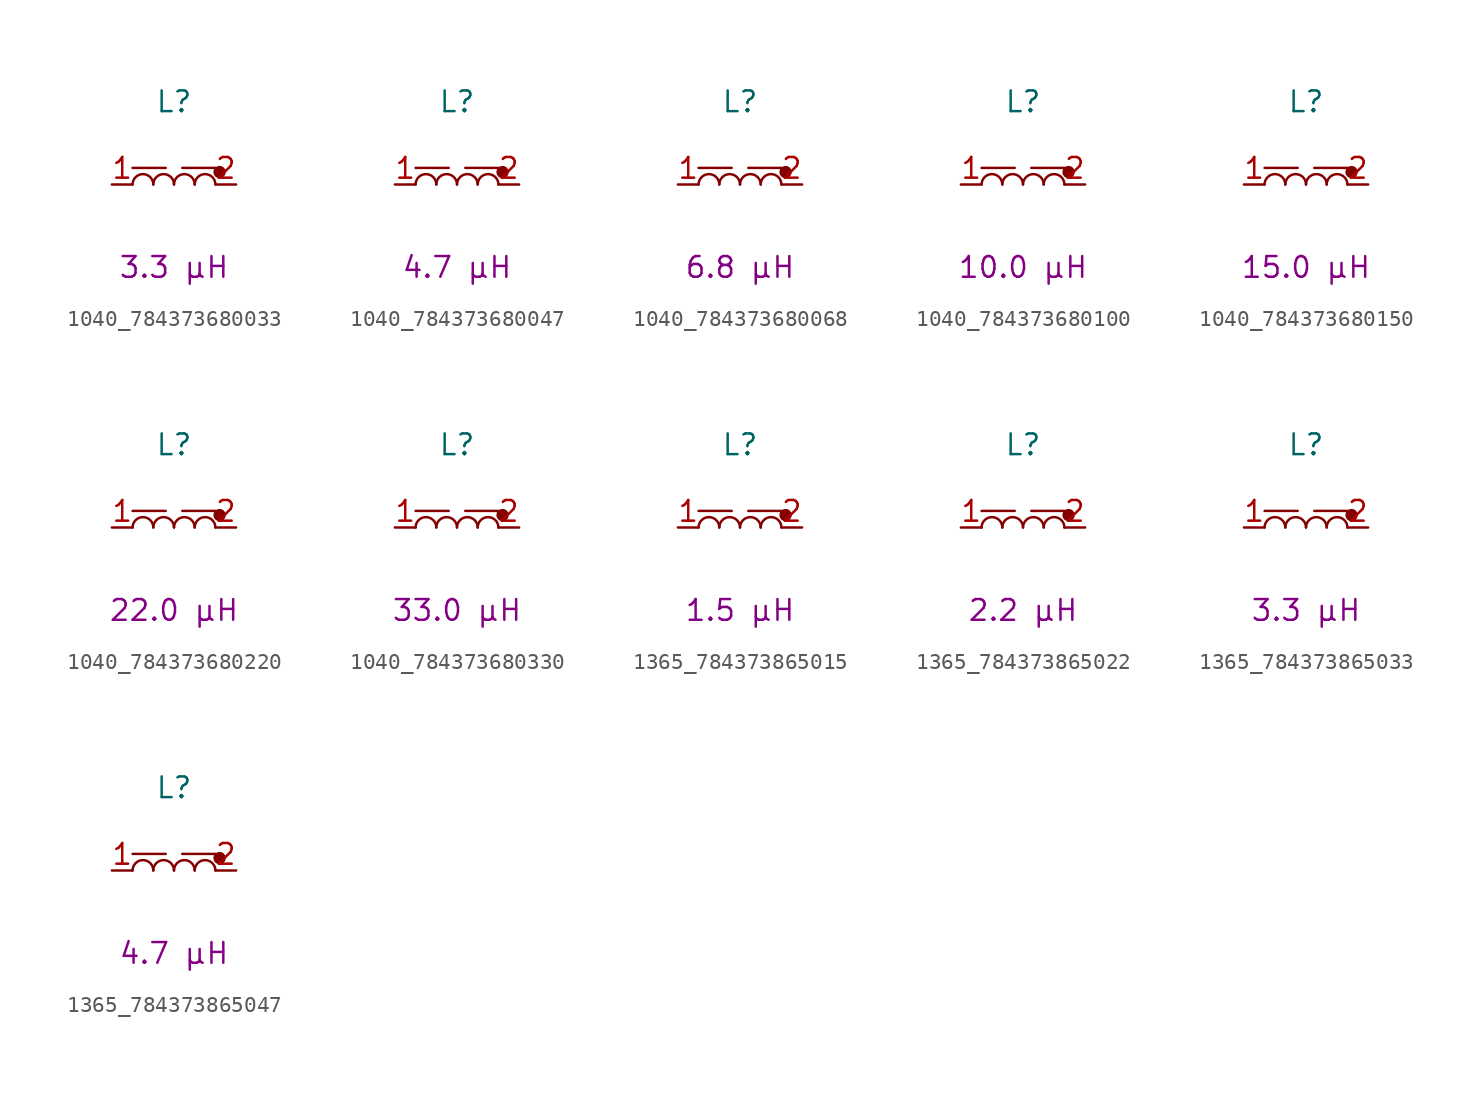
<source format=kicad_sym>
(kicad_symbol_lib
  (version 20220914)
  (generator kicad_symbol_editor)
  (symbol "1040_784373680033"
    (pin_names hide)
    (property "Reference" "L"
      (at 0 5.08 0)
      (effects (font (size 1.27 1.27))))
    (property "Critical Parameter" "3.3 µH"
      (at 0 -5.08 0)
      (effects (font (size 1.27 1.27))))
    (symbol "1040_784373680033_0_1"
      (arc (start -1.27 0) (mid -1.905 0.6323) (end -2.54 0) (stroke (width 0) (type default)) (fill (type none)))
      (arc (start 0 0) (mid -0.635 0.6323) (end -1.27 0) (stroke (width 0) (type default)) (fill (type none)))
      (polyline (pts (xy -2.54 1.016) (xy -0.508 1.016)) (stroke (width 0) (type default)) (fill (type none)))
      (arc (start 1.27 0) (mid 0.635 0.6323) (end 0 0) (stroke (width 0) (type default)) (fill (type none)))
      (arc (start 2.54 0) (mid 1.905 0.6323) (end 1.27 0) (stroke (width 0) (type default)) (fill (type none))))
    (symbol "1040_784373680033_1_1"
      (polyline (pts (xy 2.54 1.016) (xy 0.508 1.016)) (stroke (width 0) (type default)) (fill (type none)))
      (circle (center 2.794 0.762) (radius 0.0001) (stroke (width 0.381) (type default)) (fill (type none)))
      (pin passive line (at -3.81 0 0) (length 1.27) (name "1" (effects (font (size 1.27 1.27)))) (number "1" (effects (font (size 1.27 1.27)))))
      (pin passive line (at 3.81 0 180) (length 1.27) (name "2" (effects (font (size 1.27 1.27)))) (number "2" (effects (font (size 1.27 1.27)))))))
  (symbol "1040_784373680047"
    (pin_names hide)
    (property "Reference" "L"
      (at 0 5.08 0)
      (effects (font (size 1.27 1.27))))
    (property "Critical Parameter" "4.7 µH"
      (at 0 -5.08 0)
      (effects (font (size 1.27 1.27))))
    (symbol "1040_784373680047_0_1"
      (arc (start -1.27 0) (mid -1.905 0.6323) (end -2.54 0) (stroke (width 0) (type default)) (fill (type none)))
      (arc (start 0 0) (mid -0.635 0.6323) (end -1.27 0) (stroke (width 0) (type default)) (fill (type none)))
      (polyline (pts (xy -2.54 1.016) (xy -0.508 1.016)) (stroke (width 0) (type default)) (fill (type none)))
      (arc (start 1.27 0) (mid 0.635 0.6323) (end 0 0) (stroke (width 0) (type default)) (fill (type none)))
      (arc (start 2.54 0) (mid 1.905 0.6323) (end 1.27 0) (stroke (width 0) (type default)) (fill (type none))))
    (symbol "1040_784373680047_1_1"
      (polyline (pts (xy 2.54 1.016) (xy 0.508 1.016)) (stroke (width 0) (type default)) (fill (type none)))
      (circle (center 2.794 0.762) (radius 0.0001) (stroke (width 0.381) (type default)) (fill (type none)))
      (pin passive line (at -3.81 0 0) (length 1.27) (name "1" (effects (font (size 1.27 1.27)))) (number "1" (effects (font (size 1.27 1.27)))))
      (pin passive line (at 3.81 0 180) (length 1.27) (name "2" (effects (font (size 1.27 1.27)))) (number "2" (effects (font (size 1.27 1.27)))))))
  (symbol "1040_784373680068"
    (pin_names hide)
    (property "Reference" "L"
      (at 0 5.08 0)
      (effects (font (size 1.27 1.27))))
    (property "Critical Parameter" "6.8 µH"
      (at 0 -5.08 0)
      (effects (font (size 1.27 1.27))))
    (symbol "1040_784373680068_0_1"
      (arc (start -1.27 0) (mid -1.905 0.6323) (end -2.54 0) (stroke (width 0) (type default)) (fill (type none)))
      (arc (start 0 0) (mid -0.635 0.6323) (end -1.27 0) (stroke (width 0) (type default)) (fill (type none)))
      (polyline (pts (xy -2.54 1.016) (xy -0.508 1.016)) (stroke (width 0) (type default)) (fill (type none)))
      (arc (start 1.27 0) (mid 0.635 0.6323) (end 0 0) (stroke (width 0) (type default)) (fill (type none)))
      (arc (start 2.54 0) (mid 1.905 0.6323) (end 1.27 0) (stroke (width 0) (type default)) (fill (type none))))
    (symbol "1040_784373680068_1_1"
      (polyline (pts (xy 2.54 1.016) (xy 0.508 1.016)) (stroke (width 0) (type default)) (fill (type none)))
      (circle (center 2.794 0.762) (radius 0.0001) (stroke (width 0.381) (type default)) (fill (type none)))
      (pin passive line (at -3.81 0 0) (length 1.27) (name "1" (effects (font (size 1.27 1.27)))) (number "1" (effects (font (size 1.27 1.27)))))
      (pin passive line (at 3.81 0 180) (length 1.27) (name "2" (effects (font (size 1.27 1.27)))) (number "2" (effects (font (size 1.27 1.27)))))))
  (symbol "1040_784373680100"
    (pin_names hide)
    (property "Reference" "L"
      (at 0 5.08 0)
      (effects (font (size 1.27 1.27))))
    (property "Critical Parameter" "10.0 µH"
      (at 0 -5.08 0)
      (effects (font (size 1.27 1.27))))
    (symbol "1040_784373680100_0_1"
      (arc (start -1.27 0) (mid -1.905 0.6323) (end -2.54 0) (stroke (width 0) (type default)) (fill (type none)))
      (arc (start 0 0) (mid -0.635 0.6323) (end -1.27 0) (stroke (width 0) (type default)) (fill (type none)))
      (polyline (pts (xy -2.54 1.016) (xy -0.508 1.016)) (stroke (width 0) (type default)) (fill (type none)))
      (arc (start 1.27 0) (mid 0.635 0.6323) (end 0 0) (stroke (width 0) (type default)) (fill (type none)))
      (arc (start 2.54 0) (mid 1.905 0.6323) (end 1.27 0) (stroke (width 0) (type default)) (fill (type none))))
    (symbol "1040_784373680100_1_1"
      (polyline (pts (xy 2.54 1.016) (xy 0.508 1.016)) (stroke (width 0) (type default)) (fill (type none)))
      (circle (center 2.794 0.762) (radius 0.0001) (stroke (width 0.381) (type default)) (fill (type none)))
      (pin passive line (at -3.81 0 0) (length 1.27) (name "1" (effects (font (size 1.27 1.27)))) (number "1" (effects (font (size 1.27 1.27)))))
      (pin passive line (at 3.81 0 180) (length 1.27) (name "2" (effects (font (size 1.27 1.27)))) (number "2" (effects (font (size 1.27 1.27)))))))
  (symbol "1040_784373680150"
    (pin_names hide)
    (property "Reference" "L"
      (at 0 5.08 0)
      (effects (font (size 1.27 1.27))))
    (property "Critical Parameter" "15.0 µH"
      (at 0 -5.08 0)
      (effects (font (size 1.27 1.27))))
    (symbol "1040_784373680150_0_1"
      (arc (start -1.27 0) (mid -1.905 0.6323) (end -2.54 0) (stroke (width 0) (type default)) (fill (type none)))
      (arc (start 0 0) (mid -0.635 0.6323) (end -1.27 0) (stroke (width 0) (type default)) (fill (type none)))
      (polyline (pts (xy -2.54 1.016) (xy -0.508 1.016)) (stroke (width 0) (type default)) (fill (type none)))
      (arc (start 1.27 0) (mid 0.635 0.6323) (end 0 0) (stroke (width 0) (type default)) (fill (type none)))
      (arc (start 2.54 0) (mid 1.905 0.6323) (end 1.27 0) (stroke (width 0) (type default)) (fill (type none))))
    (symbol "1040_784373680150_1_1"
      (polyline (pts (xy 2.54 1.016) (xy 0.508 1.016)) (stroke (width 0) (type default)) (fill (type none)))
      (circle (center 2.794 0.762) (radius 0.0001) (stroke (width 0.381) (type default)) (fill (type none)))
      (pin passive line (at -3.81 0 0) (length 1.27) (name "1" (effects (font (size 1.27 1.27)))) (number "1" (effects (font (size 1.27 1.27)))))
      (pin passive line (at 3.81 0 180) (length 1.27) (name "2" (effects (font (size 1.27 1.27)))) (number "2" (effects (font (size 1.27 1.27)))))))
  (symbol "1040_784373680220"
    (pin_names hide)
    (property "Reference" "L"
      (at 0 5.08 0)
      (effects (font (size 1.27 1.27))))
    (property "Critical Parameter" "22.0 µH"
      (at 0 -5.08 0)
      (effects (font (size 1.27 1.27))))
    (symbol "1040_784373680220_0_1"
      (arc (start -1.27 0) (mid -1.905 0.6323) (end -2.54 0) (stroke (width 0) (type default)) (fill (type none)))
      (arc (start 0 0) (mid -0.635 0.6323) (end -1.27 0) (stroke (width 0) (type default)) (fill (type none)))
      (polyline (pts (xy -2.54 1.016) (xy -0.508 1.016)) (stroke (width 0) (type default)) (fill (type none)))
      (arc (start 1.27 0) (mid 0.635 0.6323) (end 0 0) (stroke (width 0) (type default)) (fill (type none)))
      (arc (start 2.54 0) (mid 1.905 0.6323) (end 1.27 0) (stroke (width 0) (type default)) (fill (type none))))
    (symbol "1040_784373680220_1_1"
      (polyline (pts (xy 2.54 1.016) (xy 0.508 1.016)) (stroke (width 0) (type default)) (fill (type none)))
      (circle (center 2.794 0.762) (radius 0.0001) (stroke (width 0.381) (type default)) (fill (type none)))
      (pin passive line (at -3.81 0 0) (length 1.27) (name "1" (effects (font (size 1.27 1.27)))) (number "1" (effects (font (size 1.27 1.27)))))
      (pin passive line (at 3.81 0 180) (length 1.27) (name "2" (effects (font (size 1.27 1.27)))) (number "2" (effects (font (size 1.27 1.27)))))))
  (symbol "1040_784373680330"
    (pin_names hide)
    (property "Reference" "L"
      (at 0 5.08 0)
      (effects (font (size 1.27 1.27))))
    (property "Critical Parameter" "33.0 µH"
      (at 0 -5.08 0)
      (effects (font (size 1.27 1.27))))
    (symbol "1040_784373680330_0_1"
      (arc (start -1.27 0) (mid -1.905 0.6323) (end -2.54 0) (stroke (width 0) (type default)) (fill (type none)))
      (arc (start 0 0) (mid -0.635 0.6323) (end -1.27 0) (stroke (width 0) (type default)) (fill (type none)))
      (polyline (pts (xy -2.54 1.016) (xy -0.508 1.016)) (stroke (width 0) (type default)) (fill (type none)))
      (arc (start 1.27 0) (mid 0.635 0.6323) (end 0 0) (stroke (width 0) (type default)) (fill (type none)))
      (arc (start 2.54 0) (mid 1.905 0.6323) (end 1.27 0) (stroke (width 0) (type default)) (fill (type none))))
    (symbol "1040_784373680330_1_1"
      (polyline (pts (xy 2.54 1.016) (xy 0.508 1.016)) (stroke (width 0) (type default)) (fill (type none)))
      (circle (center 2.794 0.762) (radius 0.0001) (stroke (width 0.381) (type default)) (fill (type none)))
      (pin passive line (at -3.81 0 0) (length 1.27) (name "1" (effects (font (size 1.27 1.27)))) (number "1" (effects (font (size 1.27 1.27)))))
      (pin passive line (at 3.81 0 180) (length 1.27) (name "2" (effects (font (size 1.27 1.27)))) (number "2" (effects (font (size 1.27 1.27)))))))
  (symbol "1365_784373865015"
    (pin_names hide)
    (property "Reference" "L"
      (at 0 5.08 0)
      (effects (font (size 1.27 1.27))))
    (property "Critical Parameter" "1.5 µH"
      (at 0 -5.08 0)
      (effects (font (size 1.27 1.27))))
    (symbol "1365_784373865015_0_1"
      (arc (start -1.27 0) (mid -1.905 0.6323) (end -2.54 0) (stroke (width 0) (type default)) (fill (type none)))
      (arc (start 0 0) (mid -0.635 0.6323) (end -1.27 0) (stroke (width 0) (type default)) (fill (type none)))
      (polyline (pts (xy -2.54 1.016) (xy -0.508 1.016)) (stroke (width 0) (type default)) (fill (type none)))
      (arc (start 1.27 0) (mid 0.635 0.6323) (end 0 0) (stroke (width 0) (type default)) (fill (type none)))
      (arc (start 2.54 0) (mid 1.905 0.6323) (end 1.27 0) (stroke (width 0) (type default)) (fill (type none))))
    (symbol "1365_784373865015_1_1"
      (polyline (pts (xy 2.54 1.016) (xy 0.508 1.016)) (stroke (width 0) (type default)) (fill (type none)))
      (circle (center 2.794 0.762) (radius 0.0001) (stroke (width 0.381) (type default)) (fill (type none)))
      (pin passive line (at -3.81 0 0) (length 1.27) (name "1" (effects (font (size 1.27 1.27)))) (number "1" (effects (font (size 1.27 1.27)))))
      (pin passive line (at 3.81 0 180) (length 1.27) (name "2" (effects (font (size 1.27 1.27)))) (number "2" (effects (font (size 1.27 1.27)))))))
  (symbol "1365_784373865022"
    (pin_names hide)
    (property "Reference" "L"
      (at 0 5.08 0)
      (effects (font (size 1.27 1.27))))
    (property "Critical Parameter" "2.2 µH"
      (at 0 -5.08 0)
      (effects (font (size 1.27 1.27))))
    (symbol "1365_784373865022_0_1"
      (arc (start -1.27 0) (mid -1.905 0.6323) (end -2.54 0) (stroke (width 0) (type default)) (fill (type none)))
      (arc (start 0 0) (mid -0.635 0.6323) (end -1.27 0) (stroke (width 0) (type default)) (fill (type none)))
      (polyline (pts (xy -2.54 1.016) (xy -0.508 1.016)) (stroke (width 0) (type default)) (fill (type none)))
      (arc (start 1.27 0) (mid 0.635 0.6323) (end 0 0) (stroke (width 0) (type default)) (fill (type none)))
      (arc (start 2.54 0) (mid 1.905 0.6323) (end 1.27 0) (stroke (width 0) (type default)) (fill (type none))))
    (symbol "1365_784373865022_1_1"
      (polyline (pts (xy 2.54 1.016) (xy 0.508 1.016)) (stroke (width 0) (type default)) (fill (type none)))
      (circle (center 2.794 0.762) (radius 0.0001) (stroke (width 0.381) (type default)) (fill (type none)))
      (pin passive line (at -3.81 0 0) (length 1.27) (name "1" (effects (font (size 1.27 1.27)))) (number "1" (effects (font (size 1.27 1.27)))))
      (pin passive line (at 3.81 0 180) (length 1.27) (name "2" (effects (font (size 1.27 1.27)))) (number "2" (effects (font (size 1.27 1.27)))))))
  (symbol "1365_784373865033"
    (pin_names hide)
    (property "Reference" "L"
      (at 0 5.08 0)
      (effects (font (size 1.27 1.27))))
    (property "Critical Parameter" "3.3 µH"
      (at 0 -5.08 0)
      (effects (font (size 1.27 1.27))))
    (symbol "1365_784373865033_0_1"
      (arc (start -1.27 0) (mid -1.905 0.6323) (end -2.54 0) (stroke (width 0) (type default)) (fill (type none)))
      (arc (start 0 0) (mid -0.635 0.6323) (end -1.27 0) (stroke (width 0) (type default)) (fill (type none)))
      (polyline (pts (xy -2.54 1.016) (xy -0.508 1.016)) (stroke (width 0) (type default)) (fill (type none)))
      (arc (start 1.27 0) (mid 0.635 0.6323) (end 0 0) (stroke (width 0) (type default)) (fill (type none)))
      (arc (start 2.54 0) (mid 1.905 0.6323) (end 1.27 0) (stroke (width 0) (type default)) (fill (type none))))
    (symbol "1365_784373865033_1_1"
      (polyline (pts (xy 2.54 1.016) (xy 0.508 1.016)) (stroke (width 0) (type default)) (fill (type none)))
      (circle (center 2.794 0.762) (radius 0.0001) (stroke (width 0.381) (type default)) (fill (type none)))
      (pin passive line (at -3.81 0 0) (length 1.27) (name "1" (effects (font (size 1.27 1.27)))) (number "1" (effects (font (size 1.27 1.27)))))
      (pin passive line (at 3.81 0 180) (length 1.27) (name "2" (effects (font (size 1.27 1.27)))) (number "2" (effects (font (size 1.27 1.27)))))))
  (symbol "1365_784373865047"
    (pin_names hide)
    (property "Reference" "L"
      (at 0 5.08 0)
      (effects (font (size 1.27 1.27))))
    (property "Critical Parameter" "4.7 µH"
      (at 0 -5.08 0)
      (effects (font (size 1.27 1.27))))
    (symbol "1365_784373865047_0_1"
      (arc (start -1.27 0) (mid -1.905 0.6323) (end -2.54 0) (stroke (width 0) (type default)) (fill (type none)))
      (arc (start 0 0) (mid -0.635 0.6323) (end -1.27 0) (stroke (width 0) (type default)) (fill (type none)))
      (polyline (pts (xy -2.54 1.016) (xy -0.508 1.016)) (stroke (width 0) (type default)) (fill (type none)))
      (arc (start 1.27 0) (mid 0.635 0.6323) (end 0 0) (stroke (width 0) (type default)) (fill (type none)))
      (arc (start 2.54 0) (mid 1.905 0.6323) (end 1.27 0) (stroke (width 0) (type default)) (fill (type none))))
    (symbol "1365_784373865047_1_1"
      (polyline (pts (xy 2.54 1.016) (xy 0.508 1.016)) (stroke (width 0) (type default)) (fill (type none)))
      (circle (center 2.794 0.762) (radius 0.0001) (stroke (width 0.381) (type default)) (fill (type none)))
      (pin passive line (at -3.81 0 0) (length 1.27) (name "1" (effects (font (size 1.27 1.27)))) (number "1" (effects (font (size 1.27 1.27)))))
      (pin passive line (at 3.81 0 180) (length 1.27) (name "2" (effects (font (size 1.27 1.27)))) (number "2" (effects (font (size 1.27 1.27))))))))
</source>
